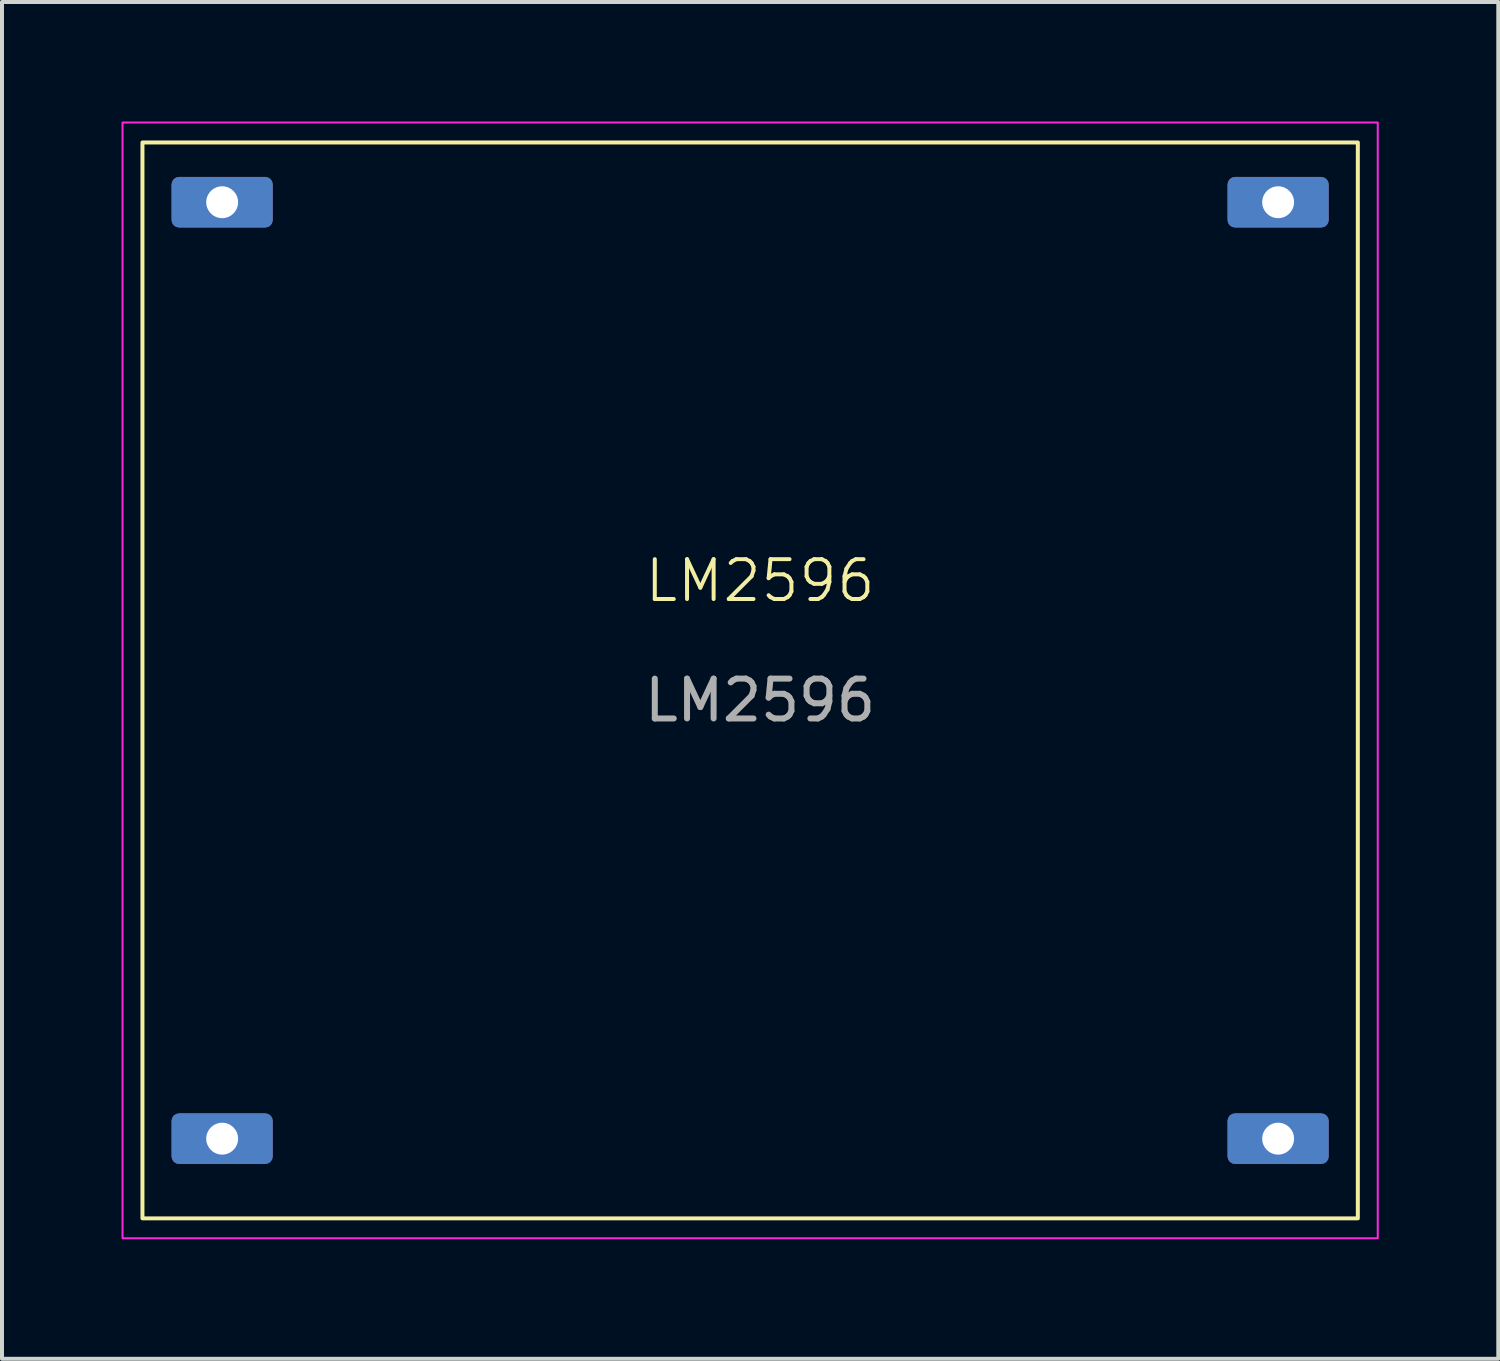
<source format=kicad_pcb>
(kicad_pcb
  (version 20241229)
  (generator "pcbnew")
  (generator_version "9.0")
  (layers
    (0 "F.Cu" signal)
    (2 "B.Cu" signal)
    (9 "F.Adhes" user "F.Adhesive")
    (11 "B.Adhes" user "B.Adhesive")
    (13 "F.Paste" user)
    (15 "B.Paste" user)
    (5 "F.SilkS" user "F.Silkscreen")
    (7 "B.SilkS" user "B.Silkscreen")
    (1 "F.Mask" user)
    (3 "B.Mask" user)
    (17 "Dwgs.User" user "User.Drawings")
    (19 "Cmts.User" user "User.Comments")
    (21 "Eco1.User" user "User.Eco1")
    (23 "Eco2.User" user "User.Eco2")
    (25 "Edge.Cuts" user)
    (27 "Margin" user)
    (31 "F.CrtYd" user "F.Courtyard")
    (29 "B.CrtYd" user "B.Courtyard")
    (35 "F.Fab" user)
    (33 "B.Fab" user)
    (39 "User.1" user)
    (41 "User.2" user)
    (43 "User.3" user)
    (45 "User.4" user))
  (footprint "LM2596"
    (layer "F.Cu")
    (at 2.525 2.025)
    (property "Reference" "LM2596" (at 13.5 9.5 0) (unlocked yes) (layer "F.SilkS") (effects (font (size 1 1) (thickness 0.1))))
    (attr through_hole)
    (fp_rect (start -2 -1.5) (end 28.5 25.5) (stroke (width 0.1) (type default)) (fill no) (layer "F.SilkS"))
    (fp_rect (start -2.5 -2) (end 29 26) (stroke (width 0.05) (type default)) (fill no) (layer "F.CrtYd"))
    (fp_text user "${REFERENCE}" (at 13.5 12.5 0) (unlocked yes) (layer "F.Fab") (effects (font (size 1 1) (thickness 0.15))))
    (pad "1" thru_hole roundrect (at 0 0) (size 2.54 1.27) (drill 0.8) (layers "*.Cu" "*.Mask") (roundrect_rratio 0.15))
    (pad "2" thru_hole roundrect (at 0 23.5) (size 2.54 1.27) (drill 0.8) (layers "*.Cu" "*.Mask") (roundrect_rratio 0.15))
    (pad "3" thru_hole roundrect (at 26.5 23.5) (size 2.54 1.27) (drill 0.8) (layers "*.Cu" "*.Mask") (roundrect_rratio 0.15))
    (pad "4" thru_hole roundrect (at 26.5 0) (size 2.54 1.27) (drill 0.8) (layers "*.Cu" "*.Mask") (roundrect_rratio 0.15)))
  (gr_rect
    (start -3 -3)
    (end 34.55 31.05)
    (stroke (width 0.1) (type default))
    (fill no)
    (layer "Edge.Cuts")))
</source>
